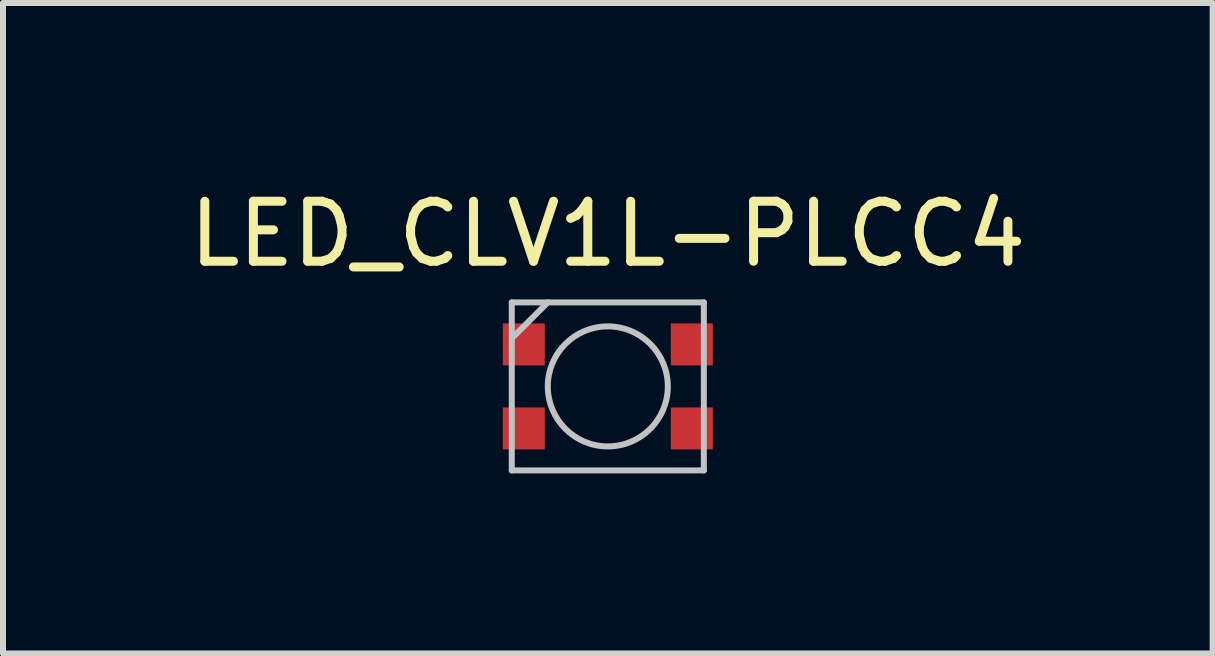
<source format=kicad_pcb>
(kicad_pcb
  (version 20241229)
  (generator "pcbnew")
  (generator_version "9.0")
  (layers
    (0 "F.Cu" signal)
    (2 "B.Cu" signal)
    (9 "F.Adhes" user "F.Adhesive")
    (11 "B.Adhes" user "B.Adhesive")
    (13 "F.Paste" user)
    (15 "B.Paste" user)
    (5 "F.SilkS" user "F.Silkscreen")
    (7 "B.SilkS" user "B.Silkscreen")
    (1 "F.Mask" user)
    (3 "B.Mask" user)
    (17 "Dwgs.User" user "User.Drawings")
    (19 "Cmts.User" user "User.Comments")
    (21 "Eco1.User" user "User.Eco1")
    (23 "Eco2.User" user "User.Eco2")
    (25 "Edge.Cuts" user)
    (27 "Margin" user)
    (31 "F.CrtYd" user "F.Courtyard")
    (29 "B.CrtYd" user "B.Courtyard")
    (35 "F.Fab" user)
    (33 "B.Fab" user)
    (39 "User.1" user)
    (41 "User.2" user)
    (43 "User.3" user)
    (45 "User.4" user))
  (footprint "LED_CLV1L-PLCC4"
    (layer "F.Cu")
    (at 7.077 3.388)
    (property "Reference" "LED_CLV1L-PLCC4" (at 0 -2.54 0) (layer "F.SilkS") (effects (font (size 1 1) (thickness 0.15))))
    (attr smd)
    (fp_line (start -1.6 -1.4) (end -1.6 1.4) (stroke (width 0.1) (type solid)) (layer "Dwgs.User"))
    (fp_line (start -1.6 -1.4) (end 1.6 -1.4) (stroke (width 0.1) (type solid)) (layer "Dwgs.User"))
    (fp_line (start -1.6 -0.8) (end -1 -1.4) (stroke (width 0.1) (type solid)) (layer "Dwgs.User"))
    (fp_line (start -1.6 1.4) (end 1.6 1.4) (stroke (width 0.1) (type solid)) (layer "Dwgs.User"))
    (fp_line (start 1.6 -1.4) (end 1.6 1.4) (stroke (width 0.1) (type solid)) (layer "Dwgs.User"))
    (fp_circle (center 0 0) (end 1 0) (stroke (width 0.1) (type solid)) (fill no) (layer "Dwgs.User"))
    (pad "1" smd rect (at -1.4 -0.7) (size 0.7 0.7) (layers "F.Cu" "F.Mask" "F.Paste"))
    (pad "2" smd rect (at -1.4 0.7) (size 0.7 0.7) (layers "F.Cu" "F.Mask" "F.Paste"))
    (pad "3" smd rect (at 1.4 0.7) (size 0.7 0.7) (layers "F.Cu" "F.Mask" "F.Paste"))
    (pad "4" smd rect (at 1.4 -0.7) (size 0.7 0.7) (layers "F.Cu" "F.Mask" "F.Paste")))
  (gr_rect
    (start -3 -3)
    (end 17.155 7.838)
    (stroke (width 0.1) (type default))
    (fill no)
    (layer "Edge.Cuts")))
</source>
